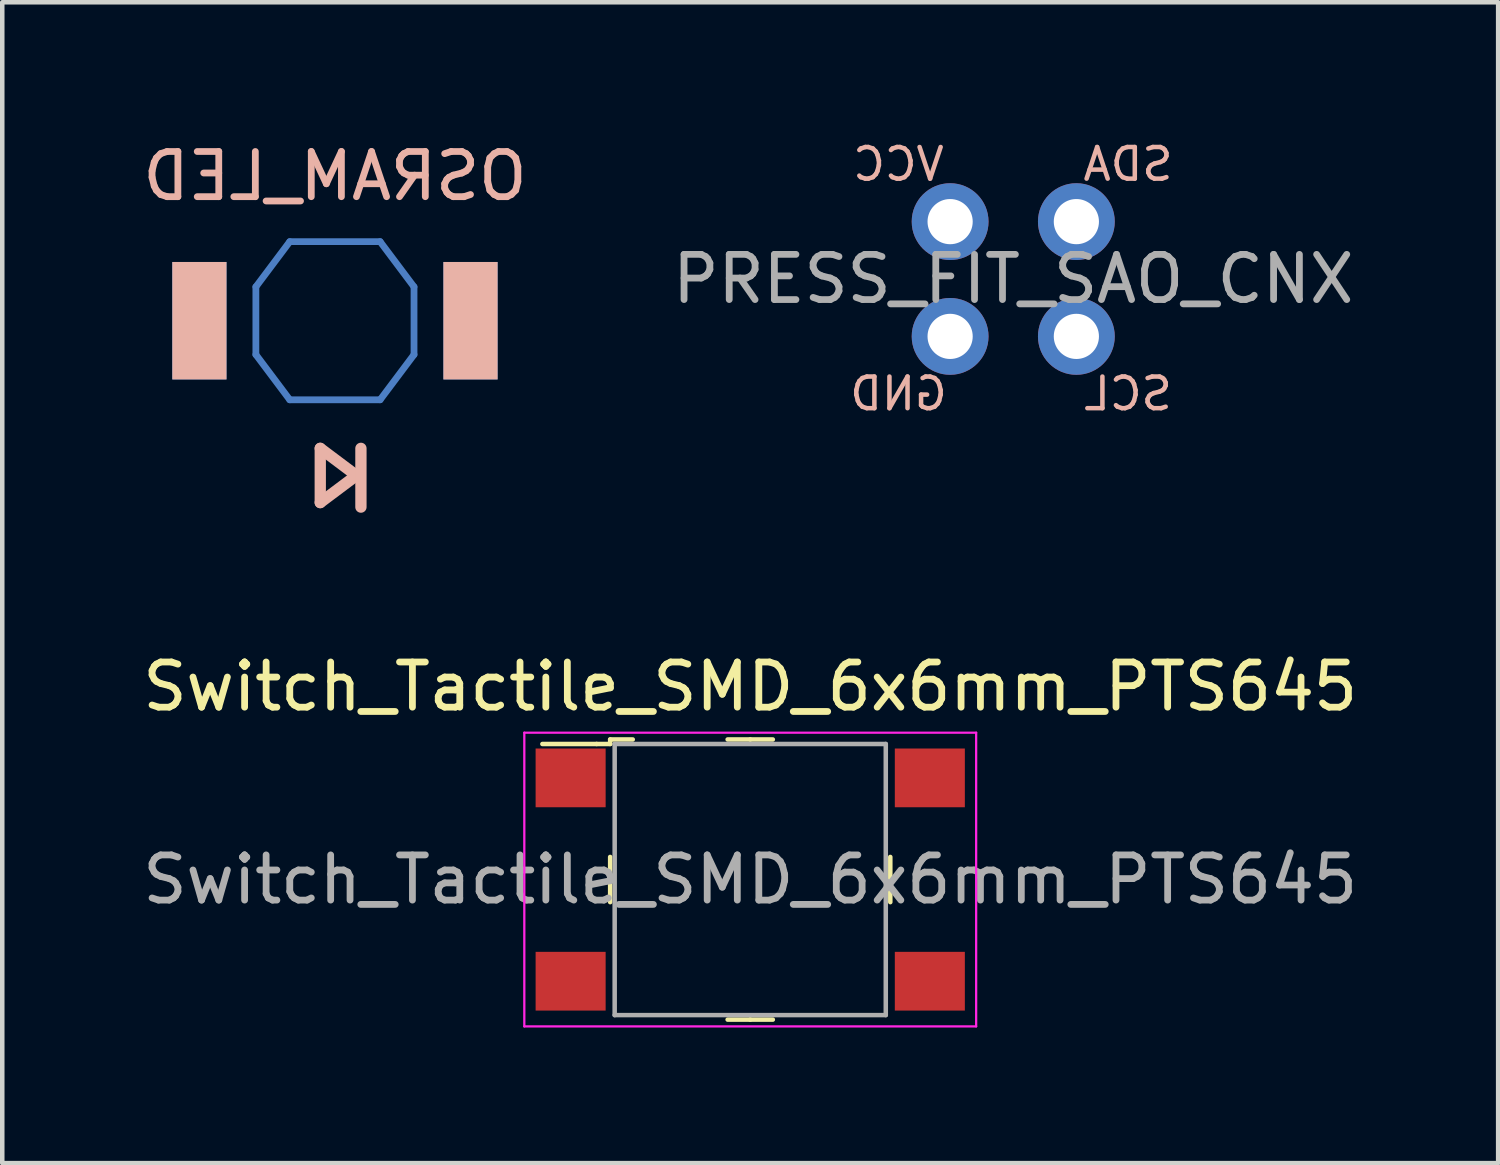
<source format=kicad_pcb>
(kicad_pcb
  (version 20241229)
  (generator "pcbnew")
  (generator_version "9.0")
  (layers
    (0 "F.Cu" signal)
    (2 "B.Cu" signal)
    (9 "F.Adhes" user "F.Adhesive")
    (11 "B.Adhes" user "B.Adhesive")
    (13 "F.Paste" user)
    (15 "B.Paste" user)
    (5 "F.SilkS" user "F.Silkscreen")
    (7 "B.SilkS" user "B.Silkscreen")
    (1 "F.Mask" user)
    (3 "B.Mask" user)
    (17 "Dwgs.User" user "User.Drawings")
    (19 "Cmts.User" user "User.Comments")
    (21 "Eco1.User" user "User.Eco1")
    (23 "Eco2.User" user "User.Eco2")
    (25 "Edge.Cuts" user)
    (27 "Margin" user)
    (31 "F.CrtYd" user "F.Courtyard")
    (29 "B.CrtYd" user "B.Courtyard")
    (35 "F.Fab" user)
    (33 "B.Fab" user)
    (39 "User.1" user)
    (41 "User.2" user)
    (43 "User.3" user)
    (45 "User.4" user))
  (footprint "PRESS_FIT_SAO_CNX"
    (layer "F.Cu")
    (at 19.375 3.125)
    (property "Reference" "PRESS_FIT_SAO_CNX" (at 0 0 0) (layer "F.Fab") (effects (font (size 1 1) (thickness 0.15))))
    (attr through_hole)
    (fp_text user "GND" (at -2.54 2.54 0) (layer "B.SilkS") (effects (font (size 0.7 0.7) (thickness 0.1)) (justify mirror)))
    (fp_text user "VCC" (at -2.54 -2.54 0) (layer "B.SilkS") (effects (font (size 0.7 0.7) (thickness 0.1)) (justify mirror)))
    (fp_text user "SCL" (at 2.54 2.54 0) (layer "B.SilkS") (effects (font (size 0.7 0.7) (thickness 0.1)) (justify mirror)))
    (fp_text user "SDA" (at 2.54 -2.54 0) (layer "B.SilkS") (effects (font (size 0.7 0.7) (thickness 0.1)) (justify mirror)))
    (pad "1" thru_hole oval (at -1.397 -1.27) (size 1.7 1.7) (drill 1) (layers "*.Cu" "*.Mask"))
    (pad "2" thru_hole oval (at -1.397 1.27) (size 1.7 1.7) (drill 1) (layers "*.Cu" "*.Mask"))
    (pad "3" thru_hole oval (at 1.397 1.27) (size 1.7 1.7) (drill 1) (layers "*.Cu" "*.Mask"))
    (pad "4" thru_hole circle (at 1.397 -1.27) (size 1.7 1.7) (drill 1) (layers "*.Cu" "*.Mask")))
  (footprint "Switch_Tactile_SMD_6x6mm_PTS645"
    (layer "F.Cu")
    (at 13.554 16.416)
    (property "Reference" "Switch_Tactile_SMD_6x6mm_PTS645" (at 0 -4.27 0) (layer "F.SilkS") (effects (font (size 1 1) (thickness 0.15))))
    (attr through_hole)
    (fp_line (start -3.4 -3) (end -4.6 -3) (stroke (width 0.1) (type solid)) (layer "F.SilkS"))
    (fp_line (start -3.1 -3.1) (end -3.1 -3) (stroke (width 0.1) (type solid)) (layer "F.SilkS"))
    (fp_line (start -3.1 -3) (end -3.4 -3) (stroke (width 0.1) (type solid)) (layer "F.SilkS"))
    (fp_line (start -3.1 0) (end -3.1 -0.5) (stroke (width 0.1) (type solid)) (layer "F.SilkS"))
    (fp_line (start -3.1 0) (end -3.1 0.5) (stroke (width 0.1) (type solid)) (layer "F.SilkS"))
    (fp_line (start -2.6 -3.1) (end -3.1 -3.1) (stroke (width 0.1) (type solid)) (layer "F.SilkS"))
    (fp_line (start 0 -3.1) (end -0.5 -3.1) (stroke (width 0.1) (type solid)) (layer "F.SilkS"))
    (fp_line (start 0 -3.1) (end 0.5 -3.1) (stroke (width 0.1) (type solid)) (layer "F.SilkS"))
    (fp_line (start 0 3.1) (end -0.5 3.1) (stroke (width 0.1) (type solid)) (layer "F.SilkS"))
    (fp_line (start 0 3.1) (end 0.5 3.1) (stroke (width 0.1) (type solid)) (layer "F.SilkS"))
    (fp_line (start 3.1 0) (end 3.1 -0.5) (stroke (width 0.1) (type solid)) (layer "F.SilkS"))
    (fp_line (start 3.1 0) (end 3.1 0.5) (stroke (width 0.1) (type solid)) (layer "F.SilkS"))
    (fp_line (start -5 -3.25) (end -5 3.25) (stroke (width 0.05) (type solid)) (layer "F.CrtYd"))
    (fp_line (start 5 -3.25) (end -5 -3.25) (stroke (width 0.05) (type solid)) (layer "F.CrtYd"))
    (fp_line (start 5 -3.25) (end 5 3.25) (stroke (width 0.05) (type solid)) (layer "F.CrtYd"))
    (fp_line (start 5 3.25) (end -5 3.25) (stroke (width 0.05) (type solid)) (layer "F.CrtYd"))
    (fp_line (start -3 -3) (end -3 3) (stroke (width 0.1) (type solid)) (layer "F.Fab"))
    (fp_line (start -3 -3) (end 3 -3) (stroke (width 0.1) (type solid)) (layer "F.Fab"))
    (fp_line (start -3 3) (end 3 3) (stroke (width 0.1) (type solid)) (layer "F.Fab"))
    (fp_line (start 3 3) (end 3 -3) (stroke (width 0.1) (type solid)) (layer "F.Fab"))
    (fp_text user "${REFERENCE}" (at 0 0 0) (layer "F.Fab") (effects (font (size 1 1) (thickness 0.15))))
    (pad "1" smd rect (at -3.975 -2.25) (size 1.55 1.3) (layers "F.Cu" "F.Mask" "F.Paste"))
    (pad "2" smd rect (at 3.975 -2.25) (size 1.55 1.3) (layers "F.Cu" "F.Mask" "F.Paste"))
    (pad "3" smd rect (at -3.975 2.25) (size 1.55 1.3) (layers "F.Cu" "F.Mask" "F.Paste"))
    (pad "4" smd rect (at 3.975 2.25) (size 1.55 1.3) (layers "F.Cu" "F.Mask" "F.Paste")))
  (footprint "OSRAM_LED"
    (layer "F.Cu")
    (at 4.363 4.048)
    (property "Reference" "OSRAM_LED" (at 0 -3.2 0) (layer "B.SilkS") (effects (font (size 1 1) (thickness 0.15)) (justify mirror)))
    (attr through_hole)
    (fp_line (start -1.75 -0.75) (end -1 -1.75) (stroke (width 0.15) (type solid)) (layer "B.Cu"))
    (fp_line (start -1.75 0.75) (end -1.75 -0.75) (stroke (width 0.15) (type solid)) (layer "B.Cu"))
    (fp_line (start -1 -1.75) (end 1 -1.75) (stroke (width 0.15) (type solid)) (layer "B.Cu"))
    (fp_line (start -1 1.75) (end -1.75 0.75) (stroke (width 0.15) (type solid)) (layer "B.Cu"))
    (fp_line (start 1 -1.75) (end 1.75 -0.75) (stroke (width 0.15) (type solid)) (layer "B.Cu"))
    (fp_line (start 1 1.75) (end -1 1.75) (stroke (width 0.15) (type solid)) (layer "B.Cu"))
    (fp_line (start 1.75 -0.75) (end 1.75 0.75) (stroke (width 0.15) (type solid)) (layer "B.Cu"))
    (fp_line (start 1.75 0.75) (end 1 1.75) (stroke (width 0.15) (type solid)) (layer "B.Cu"))
    (fp_poly (pts (xy -1 1.75) (xy 1 1.75) (xy 1.75 0.75) (xy 1.75 -0.75) (xy 1 -1.75) (xy -1 -1.75) (xy -1.75 -0.75) (xy -1.75 0.75)) (stroke (width 0.15) (type solid)) (fill yes) (layer "B.Mask"))
    (fp_line (start -0.325 2.825) (end -0.325 4.025) (stroke (width 0.25) (type solid)) (layer "B.SilkS"))
    (fp_line (start -0.325 4.025) (end 0.475 3.425) (stroke (width 0.25) (type solid)) (layer "B.SilkS"))
    (fp_line (start 0.475 3.425) (end -0.325 2.825) (stroke (width 0.25) (type solid)) (layer "B.SilkS"))
    (fp_line (start 0.575 2.825) (end 0.575 4.125) (stroke (width 0.25) (type solid)) (layer "B.SilkS"))
    (pad "1" smd rect (at 3 0) (size 1.2 2.6) (layers "B.Cu" "B.Mask" "B.SilkS" "B.Paste"))
    (pad "2" smd rect (at -3 0) (size 1.2 2.6) (layers "B.Cu" "B.Mask" "B.SilkS" "B.Paste")))
  (gr_rect
    (start -3 -3)
    (end 30.107 22.692)
    (stroke (width 0.1) (type default))
    (fill no)
    (layer "Edge.Cuts")))
</source>
